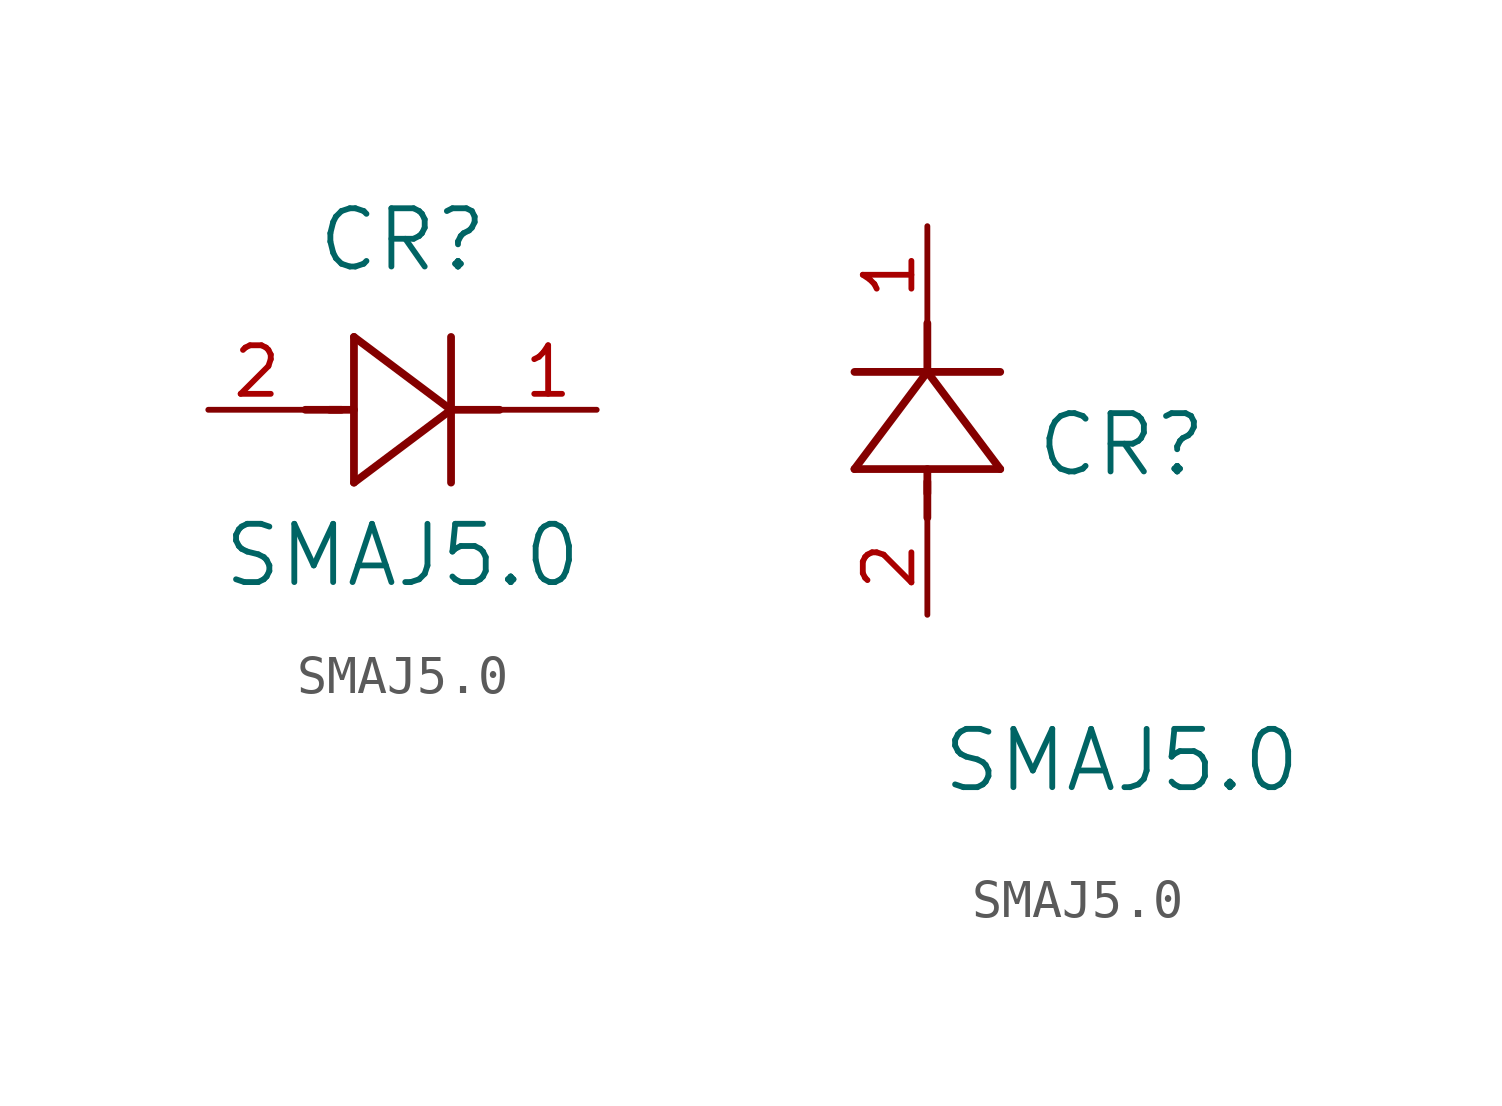
<source format=kicad_sym>
(kicad_symbol_lib
  (version 20211014)
  (generator kicad_symbol_editor)
  (symbol "SMAJ5.0"
    (pin_names
      (offset 0.254))
    (property "Reference" "CR"
      (at 5.08 4.445 0)
      (effects (font (size 1.524 1.524))))
    (property "Value" "SMAJ5.0"
      (at 5.08 -3.81 0)
      (effects (font (size 1.524 1.524))))
    (symbol "SMAJ5.0_1_1"
      (polyline (pts (xy 2.54 0) (xy 3.48 0)) (stroke (width 0.203) (type default) (color 0 0 0 0)) (fill (type none)))
      (polyline (pts (xy 3.81 1.905) (xy 3.81 -1.905)) (stroke (width 0.203) (type default) (color 0 0 0 0)) (fill (type none)))
      (polyline (pts (xy 3.175 0) (xy 3.81 0)) (stroke (width 0.203) (type default) (color 0 0 0 0)) (fill (type none)))
      (polyline (pts (xy 6.35 -1.905) (xy 6.35 1.905)) (stroke (width 0.203) (type default) (color 0 0 0 0)) (fill (type none)))
      (polyline (pts (xy 6.35 0) (xy 7.62 0)) (stroke (width 0.203) (type default) (color 0 0 0 0)) (fill (type none)))
      (polyline (pts (xy 6.35 0) (xy 3.81 1.905)) (stroke (width 0.203) (type default) (color 0 0 0 0)) (fill (type none)))
      (polyline (pts (xy 3.81 -1.905) (xy 6.35 0)) (stroke (width 0.203) (type default) (color 0 0 0 0)) (fill (type none)))
      (pin unspecified line (at 0 0 0) (length 2.54) (name "" (effects (font (size 1.27 1.27)))) (number "2" (effects (font (size 1.27 1.27)))))
      (pin unspecified line (at 10.16 0 180) (length 2.54) (name "" (effects (font (size 1.27 1.27)))) (number "1" (effects (font (size 1.27 1.27))))))
    (symbol "SMAJ5.0_1_2"
      (polyline (pts (xy 0 2.54) (xy 0 3.48)) (stroke (width 0.203) (type default) (color 0 0 0 0)) (fill (type none)))
      (polyline (pts (xy -1.905 3.81) (xy 1.905 3.81)) (stroke (width 0.203) (type default) (color 0 0 0 0)) (fill (type none)))
      (polyline (pts (xy 0 3.175) (xy 0 3.81)) (stroke (width 0.203) (type default) (color 0 0 0 0)) (fill (type none)))
      (polyline (pts (xy 1.905 6.35) (xy -1.905 6.35)) (stroke (width 0.203) (type default) (color 0 0 0 0)) (fill (type none)))
      (polyline (pts (xy 0 6.35) (xy 0 7.62)) (stroke (width 0.203) (type default) (color 0 0 0 0)) (fill (type none)))
      (polyline (pts (xy 0 6.35) (xy -1.905 3.81)) (stroke (width 0.203) (type default) (color 0 0 0 0)) (fill (type none)))
      (polyline (pts (xy 1.905 3.81) (xy 0 6.35)) (stroke (width 0.203) (type default) (color 0 0 0 0)) (fill (type none)))
      (pin unspecified line (at 0 0 90) (length 2.54) (name "" (effects (font (size 1.27 1.27)))) (number "2" (effects (font (size 1.27 1.27)))))
      (pin unspecified line (at 0 10.16 270) (length 2.54) (name "" (effects (font (size 1.27 1.27)))) (number "1" (effects (font (size 1.27 1.27))))))))
</source>
